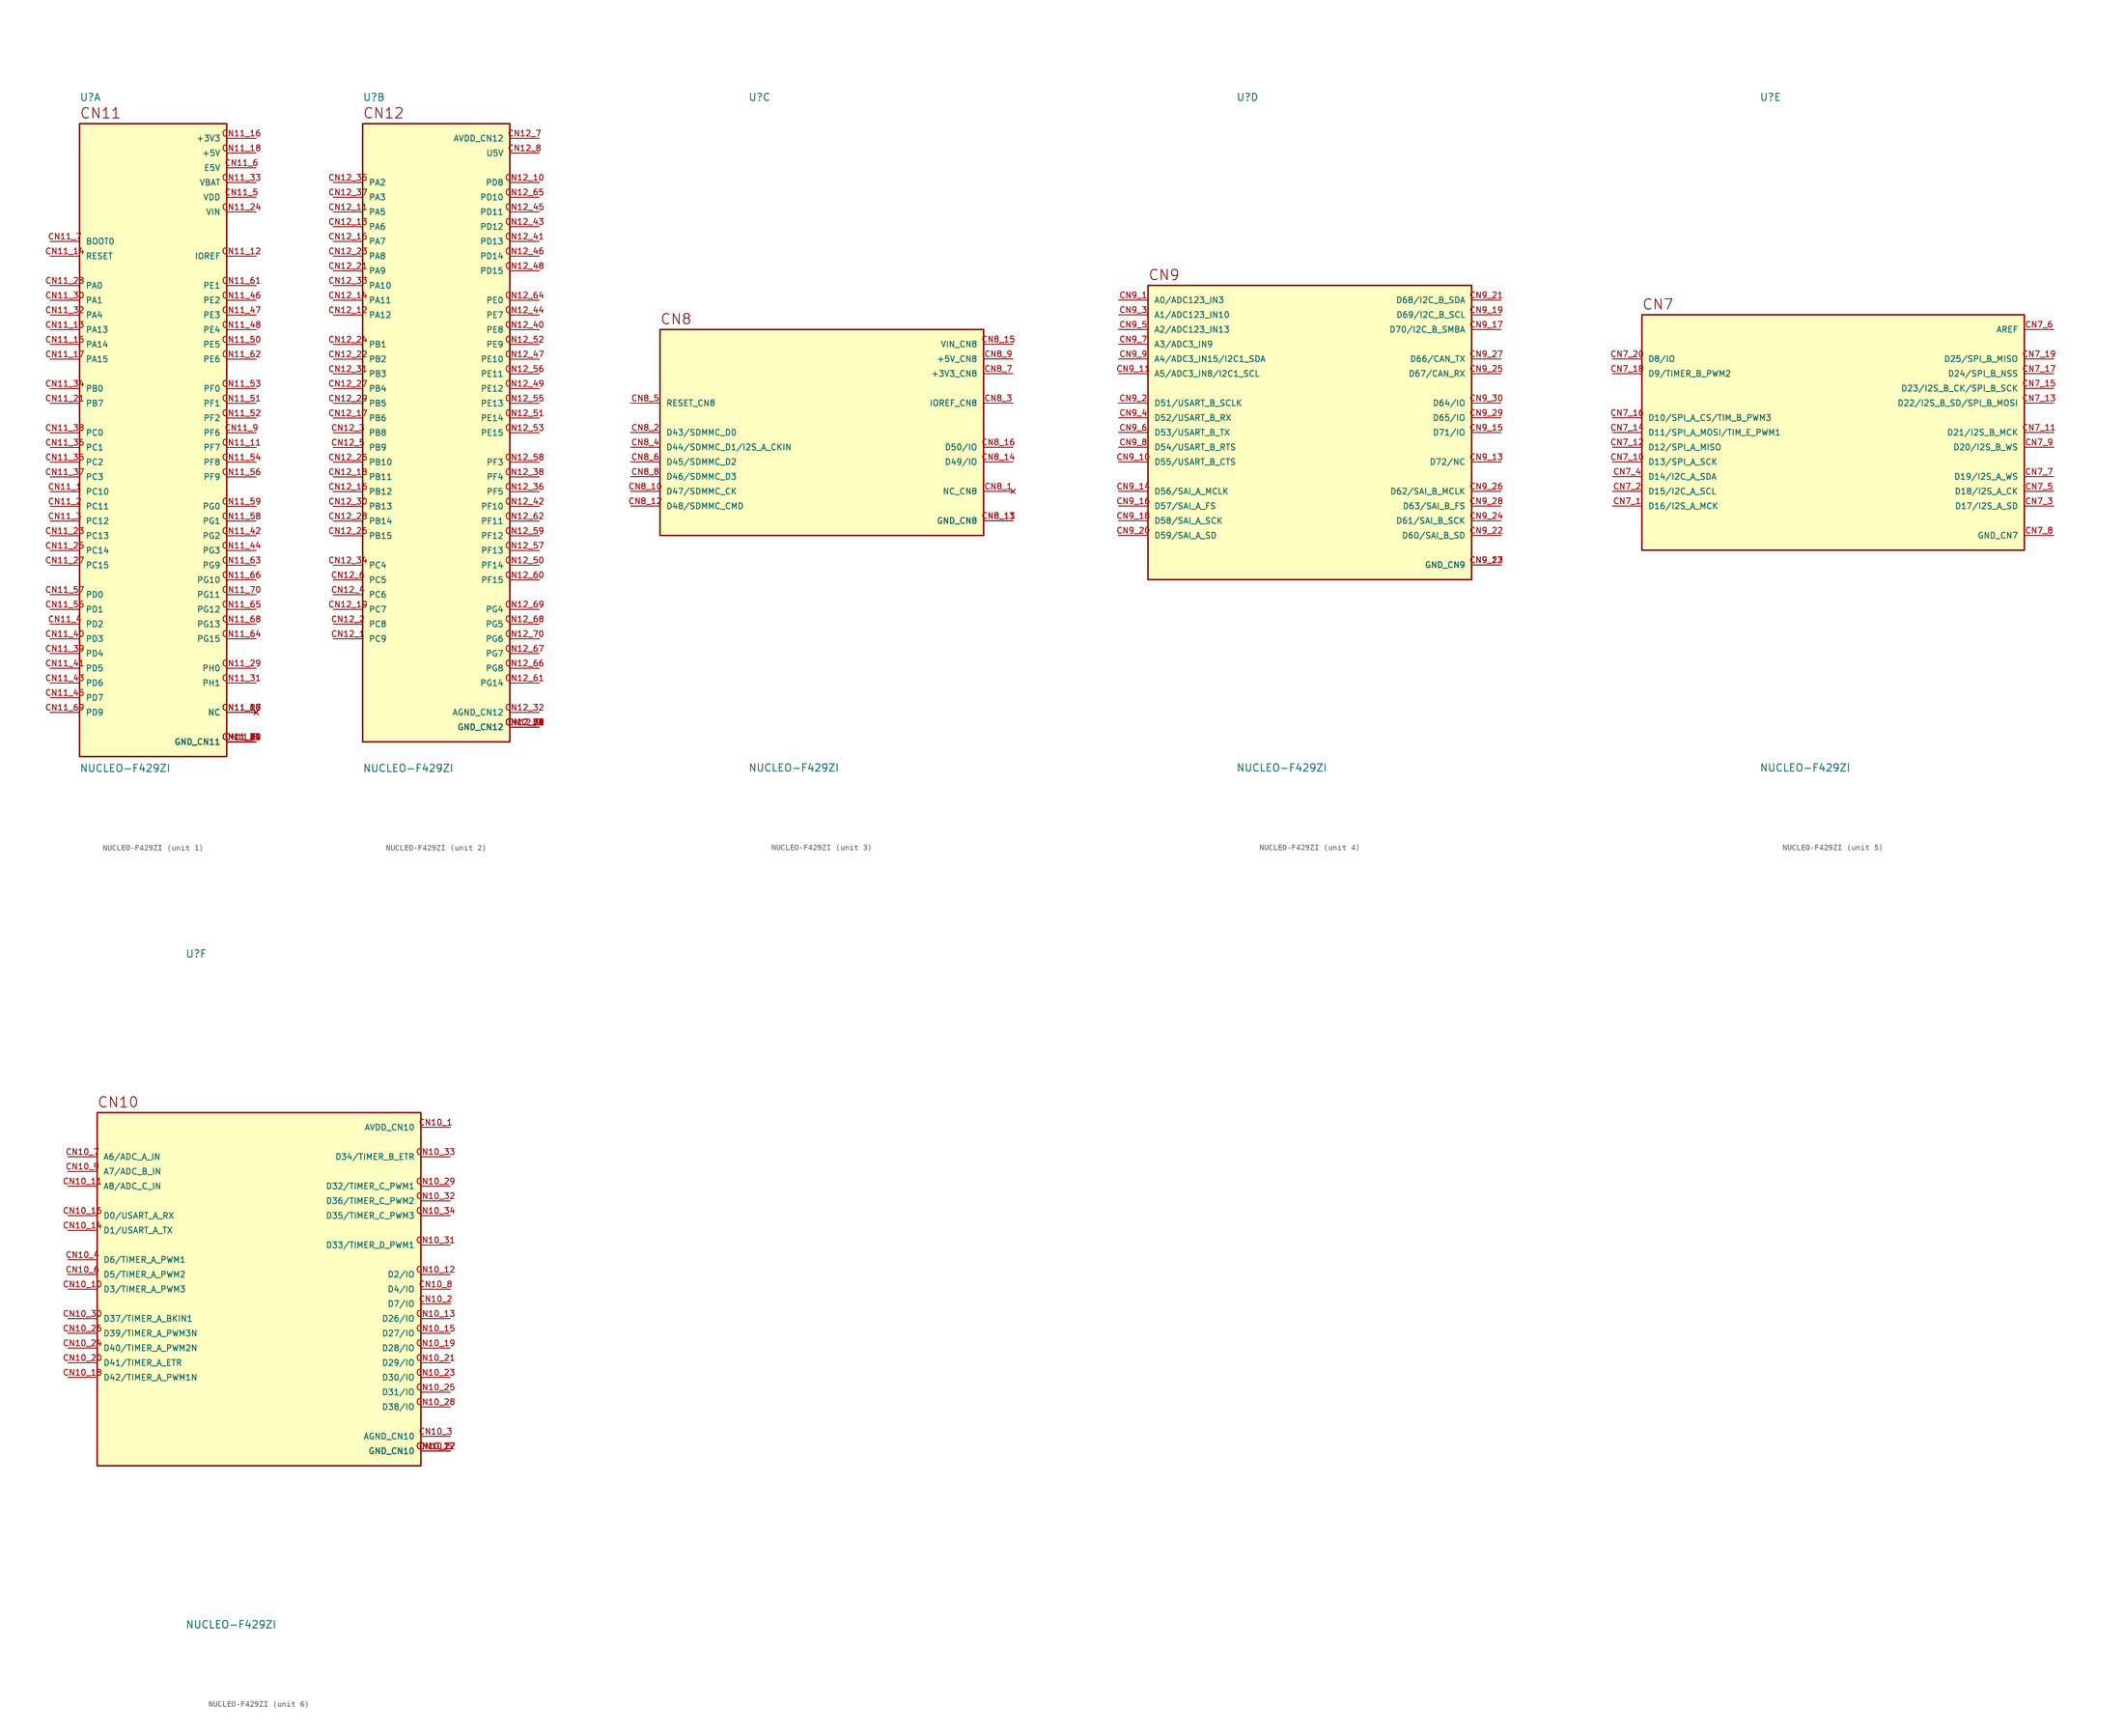
<source format=kicad_sym>
(kicad_symbol_lib
  (version 20211014)
  (generator kicad_symbol_editor)
  (symbol "NUCLEO-F429ZI"
    (pin_names
      (offset 1.016))
    (property "Reference" "U"
      (at -12.7 57.15 0)
      (effects (font (size 1.27 1.27)) (justify bottom left)))
    (property "Value" "NUCLEO-F429ZI"
      (at -12.7 -57.15 0.0)
      (effects (font (size 1.27 1.27)) (justify top left)))
    (symbol "NUCLEO-F429ZI_1_0"
      (text "CN11" (at -12.7 54.102 0) (effects (font (size 1.778 1.778)) (justify bottom left)))
      (rectangle (start -12.7 -55.88) (end 12.7 53.34) (stroke (width 0.254)) (fill (type background)))
      (pin bidirectional line (at -17.78 -10.16 0) (length 5.08) (name "PC10" (effects (font (size 1.016 1.016)))) (number "CN11_1" (effects (font (size 1.016 1.016)))))
      (pin bidirectional line (at -17.78 -12.7 0) (length 5.08) (name "PC11" (effects (font (size 1.016 1.016)))) (number "CN11_2" (effects (font (size 1.016 1.016)))))
      (pin bidirectional line (at -17.78 -15.24 0) (length 5.08) (name "PC12" (effects (font (size 1.016 1.016)))) (number "CN11_3" (effects (font (size 1.016 1.016)))))
      (pin bidirectional line (at -17.78 -33.02 0) (length 5.08) (name "PD2" (effects (font (size 1.016 1.016)))) (number "CN11_4" (effects (font (size 1.016 1.016)))))
      (pin power_in line (at 17.78 40.64 180.0) (length 5.08) (name "VDD" (effects (font (size 1.016 1.016)))) (number "CN11_5" (effects (font (size 1.016 1.016)))))
      (pin power_in line (at 17.78 45.72 180.0) (length 5.08) (name "E5V" (effects (font (size 1.016 1.016)))) (number "CN11_6" (effects (font (size 1.016 1.016)))))
      (pin bidirectional line (at -17.78 33.02 0) (length 5.08) (name "BOOT0" (effects (font (size 1.016 1.016)))) (number "CN11_7" (effects (font (size 1.016 1.016)))))
      (pin power_in line (at 17.78 -53.34 180.0) (length 5.08) (name "GND_CN11" (effects (font (size 1.016 1.016)))) (number "CN11_8" (effects (font (size 1.016 1.016)))))
      (pin power_in line (at 17.78 -53.34 180.0) (length 5.08) (name "GND_CN11" (effects (font (size 1.016 1.016)))) (number "CN11_19" (effects (font (size 1.016 1.016)))))
      (pin power_in line (at 17.78 -53.34 180.0) (length 5.08) (name "GND_CN11" (effects (font (size 1.016 1.016)))) (number "CN11_20" (effects (font (size 1.016 1.016)))))
      (pin power_in line (at 17.78 -53.34 180.0) (length 5.08) (name "GND_CN11" (effects (font (size 1.016 1.016)))) (number "CN11_22" (effects (font (size 1.016 1.016)))))
      (pin power_in line (at 17.78 -53.34 180.0) (length 5.08) (name "GND_CN11" (effects (font (size 1.016 1.016)))) (number "CN11_49" (effects (font (size 1.016 1.016)))))
      (pin power_in line (at 17.78 -53.34 180.0) (length 5.08) (name "GND_CN11" (effects (font (size 1.016 1.016)))) (number "CN11_60" (effects (font (size 1.016 1.016)))))
      (pin power_in line (at 17.78 -53.34 180.0) (length 5.08) (name "GND_CN11" (effects (font (size 1.016 1.016)))) (number "CN11_71" (effects (font (size 1.016 1.016)))))
      (pin power_in line (at 17.78 -53.34 180.0) (length 5.08) (name "GND_CN11" (effects (font (size 1.016 1.016)))) (number "CN11_72" (effects (font (size 1.016 1.016)))))
      (pin bidirectional line (at 17.78 0.0 180.0) (length 5.08) (name "PF6" (effects (font (size 1.016 1.016)))) (number "CN11_9" (effects (font (size 1.016 1.016)))))
      (pin bidirectional line (at 17.78 -2.54 180.0) (length 5.08) (name "PF7" (effects (font (size 1.016 1.016)))) (number "CN11_11" (effects (font (size 1.016 1.016)))))
      (pin bidirectional line (at 17.78 30.48 180.0) (length 5.08) (name "IOREF" (effects (font (size 1.016 1.016)))) (number "CN11_12" (effects (font (size 1.016 1.016)))))
      (pin bidirectional line (at -17.78 17.78 0) (length 5.08) (name "PA13" (effects (font (size 1.016 1.016)))) (number "CN11_13" (effects (font (size 1.016 1.016)))))
      (pin bidirectional line (at -17.78 30.48 0) (length 5.08) (name "RESET" (effects (font (size 1.016 1.016)))) (number "CN11_14" (effects (font (size 1.016 1.016)))))
      (pin bidirectional line (at -17.78 15.24 0) (length 5.08) (name "PA14" (effects (font (size 1.016 1.016)))) (number "CN11_15" (effects (font (size 1.016 1.016)))))
      (pin power_in line (at 17.78 50.8 180.0) (length 5.08) (name "+3V3" (effects (font (size 1.016 1.016)))) (number "CN11_16" (effects (font (size 1.016 1.016)))))
      (pin bidirectional line (at -17.78 12.7 0) (length 5.08) (name "PA15" (effects (font (size 1.016 1.016)))) (number "CN11_17" (effects (font (size 1.016 1.016)))))
      (pin power_in line (at 17.78 48.26 180.0) (length 5.08) (name "+5V" (effects (font (size 1.016 1.016)))) (number "CN11_18" (effects (font (size 1.016 1.016)))))
      (pin bidirectional line (at -17.78 5.08 0) (length 5.08) (name "PB7" (effects (font (size 1.016 1.016)))) (number "CN11_21" (effects (font (size 1.016 1.016)))))
      (pin bidirectional line (at -17.78 -17.78 0) (length 5.08) (name "PC13" (effects (font (size 1.016 1.016)))) (number "CN11_23" (effects (font (size 1.016 1.016)))))
      (pin power_in line (at 17.78 38.1 180.0) (length 5.08) (name "VIN" (effects (font (size 1.016 1.016)))) (number "CN11_24" (effects (font (size 1.016 1.016)))))
      (pin bidirectional line (at -17.78 -20.32 0) (length 5.08) (name "PC14" (effects (font (size 1.016 1.016)))) (number "CN11_25" (effects (font (size 1.016 1.016)))))
      (pin bidirectional line (at -17.78 -22.86 0) (length 5.08) (name "PC15" (effects (font (size 1.016 1.016)))) (number "CN11_27" (effects (font (size 1.016 1.016)))))
      (pin bidirectional line (at -17.78 25.4 0) (length 5.08) (name "PA0" (effects (font (size 1.016 1.016)))) (number "CN11_28" (effects (font (size 1.016 1.016)))))
      (pin bidirectional line (at 17.78 -40.64 180.0) (length 5.08) (name "PH0" (effects (font (size 1.016 1.016)))) (number "CN11_29" (effects (font (size 1.016 1.016)))))
      (pin bidirectional line (at -17.78 22.86 0) (length 5.08) (name "PA1" (effects (font (size 1.016 1.016)))) (number "CN11_30" (effects (font (size 1.016 1.016)))))
      (pin bidirectional line (at 17.78 -43.18 180.0) (length 5.08) (name "PH1" (effects (font (size 1.016 1.016)))) (number "CN11_31" (effects (font (size 1.016 1.016)))))
      (pin bidirectional line (at -17.78 20.32 0) (length 5.08) (name "PA4" (effects (font (size 1.016 1.016)))) (number "CN11_32" (effects (font (size 1.016 1.016)))))
      (pin power_in line (at 17.78 43.18 180.0) (length 5.08) (name "VBAT" (effects (font (size 1.016 1.016)))) (number "CN11_33" (effects (font (size 1.016 1.016)))))
      (pin bidirectional line (at -17.78 7.62 0) (length 5.08) (name "PB0" (effects (font (size 1.016 1.016)))) (number "CN11_34" (effects (font (size 1.016 1.016)))))
      (pin bidirectional line (at -17.78 -5.08 0) (length 5.08) (name "PC2" (effects (font (size 1.016 1.016)))) (number "CN11_35" (effects (font (size 1.016 1.016)))))
      (pin bidirectional line (at -17.78 -2.54 0) (length 5.08) (name "PC1" (effects (font (size 1.016 1.016)))) (number "CN11_36" (effects (font (size 1.016 1.016)))))
      (pin bidirectional line (at -17.78 -7.62 0) (length 5.08) (name "PC3" (effects (font (size 1.016 1.016)))) (number "CN11_37" (effects (font (size 1.016 1.016)))))
      (pin bidirectional line (at -17.78 0.0 0) (length 5.08) (name "PC0" (effects (font (size 1.016 1.016)))) (number "CN11_38" (effects (font (size 1.016 1.016)))))
      (pin bidirectional line (at -17.78 -38.1 0) (length 5.08) (name "PD4" (effects (font (size 1.016 1.016)))) (number "CN11_39" (effects (font (size 1.016 1.016)))))
      (pin bidirectional line (at -17.78 -35.56 0) (length 5.08) (name "PD3" (effects (font (size 1.016 1.016)))) (number "CN11_40" (effects (font (size 1.016 1.016)))))
      (pin bidirectional line (at -17.78 -40.64 0) (length 5.08) (name "PD5" (effects (font (size 1.016 1.016)))) (number "CN11_41" (effects (font (size 1.016 1.016)))))
      (pin bidirectional line (at 17.78 -17.78 180.0) (length 5.08) (name "PG2" (effects (font (size 1.016 1.016)))) (number "CN11_42" (effects (font (size 1.016 1.016)))))
      (pin bidirectional line (at -17.78 -43.18 0) (length 5.08) (name "PD6" (effects (font (size 1.016 1.016)))) (number "CN11_43" (effects (font (size 1.016 1.016)))))
      (pin bidirectional line (at 17.78 -20.32 180.0) (length 5.08) (name "PG3" (effects (font (size 1.016 1.016)))) (number "CN11_44" (effects (font (size 1.016 1.016)))))
      (pin bidirectional line (at -17.78 -45.72 0) (length 5.08) (name "PD7" (effects (font (size 1.016 1.016)))) (number "CN11_45" (effects (font (size 1.016 1.016)))))
      (pin bidirectional line (at 17.78 22.86 180.0) (length 5.08) (name "PE2" (effects (font (size 1.016 1.016)))) (number "CN11_46" (effects (font (size 1.016 1.016)))))
      (pin bidirectional line (at 17.78 20.32 180.0) (length 5.08) (name "PE3" (effects (font (size 1.016 1.016)))) (number "CN11_47" (effects (font (size 1.016 1.016)))))
      (pin bidirectional line (at 17.78 17.78 180.0) (length 5.08) (name "PE4" (effects (font (size 1.016 1.016)))) (number "CN11_48" (effects (font (size 1.016 1.016)))))
      (pin bidirectional line (at 17.78 15.24 180.0) (length 5.08) (name "PE5" (effects (font (size 1.016 1.016)))) (number "CN11_50" (effects (font (size 1.016 1.016)))))
      (pin bidirectional line (at 17.78 5.08 180.0) (length 5.08) (name "PF1" (effects (font (size 1.016 1.016)))) (number "CN11_51" (effects (font (size 1.016 1.016)))))
      (pin bidirectional line (at 17.78 2.54 180.0) (length 5.08) (name "PF2" (effects (font (size 1.016 1.016)))) (number "CN11_52" (effects (font (size 1.016 1.016)))))
      (pin bidirectional line (at 17.78 7.62 180.0) (length 5.08) (name "PF0" (effects (font (size 1.016 1.016)))) (number "CN11_53" (effects (font (size 1.016 1.016)))))
      (pin bidirectional line (at 17.78 -5.08 180.0) (length 5.08) (name "PF8" (effects (font (size 1.016 1.016)))) (number "CN11_54" (effects (font (size 1.016 1.016)))))
      (pin bidirectional line (at -17.78 -30.48 0) (length 5.08) (name "PD1" (effects (font (size 1.016 1.016)))) (number "CN11_55" (effects (font (size 1.016 1.016)))))
      (pin bidirectional line (at 17.78 -7.62 180.0) (length 5.08) (name "PF9" (effects (font (size 1.016 1.016)))) (number "CN11_56" (effects (font (size 1.016 1.016)))))
      (pin bidirectional line (at -17.78 -27.94 0) (length 5.08) (name "PD0" (effects (font (size 1.016 1.016)))) (number "CN11_57" (effects (font (size 1.016 1.016)))))
      (pin bidirectional line (at 17.78 -15.24 180.0) (length 5.08) (name "PG1" (effects (font (size 1.016 1.016)))) (number "CN11_58" (effects (font (size 1.016 1.016)))))
      (pin bidirectional line (at 17.78 -12.7 180.0) (length 5.08) (name "PG0" (effects (font (size 1.016 1.016)))) (number "CN11_59" (effects (font (size 1.016 1.016)))))
      (pin bidirectional line (at 17.78 25.4 180.0) (length 5.08) (name "PE1" (effects (font (size 1.016 1.016)))) (number "CN11_61" (effects (font (size 1.016 1.016)))))
      (pin bidirectional line (at 17.78 12.7 180.0) (length 5.08) (name "PE6" (effects (font (size 1.016 1.016)))) (number "CN11_62" (effects (font (size 1.016 1.016)))))
      (pin bidirectional line (at 17.78 -22.86 180.0) (length 5.08) (name "PG9" (effects (font (size 1.016 1.016)))) (number "CN11_63" (effects (font (size 1.016 1.016)))))
      (pin bidirectional line (at 17.78 -35.56 180.0) (length 5.08) (name "PG15" (effects (font (size 1.016 1.016)))) (number "CN11_64" (effects (font (size 1.016 1.016)))))
      (pin bidirectional line (at 17.78 -30.48 180.0) (length 5.08) (name "PG12" (effects (font (size 1.016 1.016)))) (number "CN11_65" (effects (font (size 1.016 1.016)))))
      (pin bidirectional line (at 17.78 -25.4 180.0) (length 5.08) (name "PG10" (effects (font (size 1.016 1.016)))) (number "CN11_66" (effects (font (size 1.016 1.016)))))
      (pin bidirectional line (at 17.78 -33.02 180.0) (length 5.08) (name "PG13" (effects (font (size 1.016 1.016)))) (number "CN11_68" (effects (font (size 1.016 1.016)))))
      (pin bidirectional line (at -17.78 -48.26 0) (length 5.08) (name "PD9" (effects (font (size 1.016 1.016)))) (number "CN11_69" (effects (font (size 1.016 1.016)))))
      (pin bidirectional line (at 17.78 -27.94 180.0) (length 5.08) (name "PG11" (effects (font (size 1.016 1.016)))) (number "CN11_70" (effects (font (size 1.016 1.016)))))
      (pin no_connect line (at 17.78 -48.26 180.0) (length 5.08) (name "NC" (effects (font (size 1.016 1.016)))) (number "CN11_10" (effects (font (size 1.016 1.016)))))
      (pin no_connect line (at 17.78 -48.26 180.0) (length 5.08) (name "NC" (effects (font (size 1.016 1.016)))) (number "CN11_26" (effects (font (size 1.016 1.016)))))
      (pin no_connect line (at 17.78 -48.26 180.0) (length 5.08) (name "NC" (effects (font (size 1.016 1.016)))) (number "CN11_67" (effects (font (size 1.016 1.016))))))
    (symbol "NUCLEO-F429ZI_2_0"
      (text "CN12" (at -12.7 54.102 0) (effects (font (size 1.778 1.778)) (justify bottom left)))
      (rectangle (start -12.7 -53.34) (end 12.7 53.34) (stroke (width 0.254)) (fill (type background)))
      (pin bidirectional line (at -17.78 -35.56 0) (length 5.08) (name "PC9" (effects (font (size 1.016 1.016)))) (number "CN12_1" (effects (font (size 1.016 1.016)))))
      (pin bidirectional line (at -17.78 -33.02 0) (length 5.08) (name "PC8" (effects (font (size 1.016 1.016)))) (number "CN12_2" (effects (font (size 1.016 1.016)))))
      (pin bidirectional line (at -17.78 0.0 0) (length 5.08) (name "PB8" (effects (font (size 1.016 1.016)))) (number "CN12_3" (effects (font (size 1.016 1.016)))))
      (pin bidirectional line (at -17.78 -27.94 0) (length 5.08) (name "PC6" (effects (font (size 1.016 1.016)))) (number "CN12_4" (effects (font (size 1.016 1.016)))))
      (pin bidirectional line (at -17.78 -2.54 0) (length 5.08) (name "PB9" (effects (font (size 1.016 1.016)))) (number "CN12_5" (effects (font (size 1.016 1.016)))))
      (pin bidirectional line (at -17.78 -25.4 0) (length 5.08) (name "PC5" (effects (font (size 1.016 1.016)))) (number "CN12_6" (effects (font (size 1.016 1.016)))))
      (pin power_in line (at 17.78 50.8 180.0) (length 5.08) (name "AVDD_CN12" (effects (font (size 1.016 1.016)))) (number "CN12_7" (effects (font (size 1.016 1.016)))))
      (pin power_in line (at 17.78 48.26 180.0) (length 5.08) (name "U5V" (effects (font (size 1.016 1.016)))) (number "CN12_8" (effects (font (size 1.016 1.016)))))
      (pin power_in line (at 17.78 -50.8 180.0) (length 5.08) (name "GND_CN12" (effects (font (size 1.016 1.016)))) (number "CN12_9" (effects (font (size 1.016 1.016)))))
      (pin power_in line (at 17.78 -50.8 180.0) (length 5.08) (name "GND_CN12" (effects (font (size 1.016 1.016)))) (number "CN12_20" (effects (font (size 1.016 1.016)))))
      (pin power_in line (at 17.78 -50.8 180.0) (length 5.08) (name "GND_CN12" (effects (font (size 1.016 1.016)))) (number "CN12_39" (effects (font (size 1.016 1.016)))))
      (pin power_in line (at 17.78 -50.8 180.0) (length 5.08) (name "GND_CN12" (effects (font (size 1.016 1.016)))) (number "CN12_54" (effects (font (size 1.016 1.016)))))
      (pin power_in line (at 17.78 -50.8 180.0) (length 5.08) (name "GND_CN12" (effects (font (size 1.016 1.016)))) (number "CN12_63" (effects (font (size 1.016 1.016)))))
      (pin power_in line (at 17.78 -50.8 180.0) (length 5.08) (name "GND_CN12" (effects (font (size 1.016 1.016)))) (number "CN12_71" (effects (font (size 1.016 1.016)))))
      (pin power_in line (at 17.78 -50.8 180.0) (length 5.08) (name "GND_CN12" (effects (font (size 1.016 1.016)))) (number "CN12_72" (effects (font (size 1.016 1.016)))))
      (pin bidirectional line (at 17.78 43.18 180.0) (length 5.08) (name "PD8" (effects (font (size 1.016 1.016)))) (number "CN12_10" (effects (font (size 1.016 1.016)))))
      (pin bidirectional line (at -17.78 38.1 0) (length 5.08) (name "PA5" (effects (font (size 1.016 1.016)))) (number "CN12_11" (effects (font (size 1.016 1.016)))))
      (pin bidirectional line (at -17.78 20.32 0) (length 5.08) (name "PA12" (effects (font (size 1.016 1.016)))) (number "CN12_12" (effects (font (size 1.016 1.016)))))
      (pin bidirectional line (at -17.78 35.56 0) (length 5.08) (name "PA6" (effects (font (size 1.016 1.016)))) (number "CN12_13" (effects (font (size 1.016 1.016)))))
      (pin bidirectional line (at -17.78 22.86 0) (length 5.08) (name "PA11" (effects (font (size 1.016 1.016)))) (number "CN12_14" (effects (font (size 1.016 1.016)))))
      (pin bidirectional line (at -17.78 33.02 0) (length 5.08) (name "PA7" (effects (font (size 1.016 1.016)))) (number "CN12_15" (effects (font (size 1.016 1.016)))))
      (pin bidirectional line (at -17.78 -10.16 0) (length 5.08) (name "PB12" (effects (font (size 1.016 1.016)))) (number "CN12_16" (effects (font (size 1.016 1.016)))))
      (pin bidirectional line (at -17.78 2.54 0) (length 5.08) (name "PB6" (effects (font (size 1.016 1.016)))) (number "CN12_17" (effects (font (size 1.016 1.016)))))
      (pin bidirectional line (at -17.78 -7.62 0) (length 5.08) (name "PB11" (effects (font (size 1.016 1.016)))) (number "CN12_18" (effects (font (size 1.016 1.016)))))
      (pin bidirectional line (at -17.78 -30.48 0) (length 5.08) (name "PC7" (effects (font (size 1.016 1.016)))) (number "CN12_19" (effects (font (size 1.016 1.016)))))
      (pin bidirectional line (at -17.78 27.94 0) (length 5.08) (name "PA9" (effects (font (size 1.016 1.016)))) (number "CN12_21" (effects (font (size 1.016 1.016)))))
      (pin bidirectional line (at -17.78 12.7 0) (length 5.08) (name "PB2" (effects (font (size 1.016 1.016)))) (number "CN12_22" (effects (font (size 1.016 1.016)))))
      (pin bidirectional line (at -17.78 30.48 0) (length 5.08) (name "PA8" (effects (font (size 1.016 1.016)))) (number "CN12_23" (effects (font (size 1.016 1.016)))))
      (pin bidirectional line (at -17.78 15.24 0) (length 5.08) (name "PB1" (effects (font (size 1.016 1.016)))) (number "CN12_24" (effects (font (size 1.016 1.016)))))
      (pin bidirectional line (at -17.78 -5.08 0) (length 5.08) (name "PB10" (effects (font (size 1.016 1.016)))) (number "CN12_25" (effects (font (size 1.016 1.016)))))
      (pin bidirectional line (at -17.78 -17.78 0) (length 5.08) (name "PB15" (effects (font (size 1.016 1.016)))) (number "CN12_26" (effects (font (size 1.016 1.016)))))
      (pin bidirectional line (at -17.78 7.62 0) (length 5.08) (name "PB4" (effects (font (size 1.016 1.016)))) (number "CN12_27" (effects (font (size 1.016 1.016)))))
      (pin bidirectional line (at -17.78 -15.24 0) (length 5.08) (name "PB14" (effects (font (size 1.016 1.016)))) (number "CN12_28" (effects (font (size 1.016 1.016)))))
      (pin bidirectional line (at -17.78 5.08 0) (length 5.08) (name "PB5" (effects (font (size 1.016 1.016)))) (number "CN12_29" (effects (font (size 1.016 1.016)))))
      (pin bidirectional line (at -17.78 -12.7 0) (length 5.08) (name "PB13" (effects (font (size 1.016 1.016)))) (number "CN12_30" (effects (font (size 1.016 1.016)))))
      (pin bidirectional line (at -17.78 10.16 0) (length 5.08) (name "PB3" (effects (font (size 1.016 1.016)))) (number "CN12_31" (effects (font (size 1.016 1.016)))))
      (pin power_in line (at 17.78 -48.26 180.0) (length 5.08) (name "AGND_CN12" (effects (font (size 1.016 1.016)))) (number "CN12_32" (effects (font (size 1.016 1.016)))))
      (pin bidirectional line (at -17.78 25.4 0) (length 5.08) (name "PA10" (effects (font (size 1.016 1.016)))) (number "CN12_33" (effects (font (size 1.016 1.016)))))
      (pin bidirectional line (at -17.78 -22.86 0) (length 5.08) (name "PC4" (effects (font (size 1.016 1.016)))) (number "CN12_34" (effects (font (size 1.016 1.016)))))
      (pin bidirectional line (at -17.78 43.18 0) (length 5.08) (name "PA2" (effects (font (size 1.016 1.016)))) (number "CN12_35" (effects (font (size 1.016 1.016)))))
      (pin bidirectional line (at 17.78 -10.16 180.0) (length 5.08) (name "PF5" (effects (font (size 1.016 1.016)))) (number "CN12_36" (effects (font (size 1.016 1.016)))))
      (pin bidirectional line (at -17.78 40.64 0) (length 5.08) (name "PA3" (effects (font (size 1.016 1.016)))) (number "CN12_37" (effects (font (size 1.016 1.016)))))
      (pin bidirectional line (at 17.78 -7.62 180.0) (length 5.08) (name "PF4" (effects (font (size 1.016 1.016)))) (number "CN12_38" (effects (font (size 1.016 1.016)))))
      (pin bidirectional line (at 17.78 17.78 180.0) (length 5.08) (name "PE8" (effects (font (size 1.016 1.016)))) (number "CN12_40" (effects (font (size 1.016 1.016)))))
      (pin bidirectional line (at 17.78 33.02 180.0) (length 5.08) (name "PD13" (effects (font (size 1.016 1.016)))) (number "CN12_41" (effects (font (size 1.016 1.016)))))
      (pin bidirectional line (at 17.78 -12.7 180.0) (length 5.08) (name "PF10" (effects (font (size 1.016 1.016)))) (number "CN12_42" (effects (font (size 1.016 1.016)))))
      (pin bidirectional line (at 17.78 35.56 180.0) (length 5.08) (name "PD12" (effects (font (size 1.016 1.016)))) (number "CN12_43" (effects (font (size 1.016 1.016)))))
      (pin bidirectional line (at 17.78 20.32 180.0) (length 5.08) (name "PE7" (effects (font (size 1.016 1.016)))) (number "CN12_44" (effects (font (size 1.016 1.016)))))
      (pin bidirectional line (at 17.78 38.1 180.0) (length 5.08) (name "PD11" (effects (font (size 1.016 1.016)))) (number "CN12_45" (effects (font (size 1.016 1.016)))))
      (pin bidirectional line (at 17.78 30.48 180.0) (length 5.08) (name "PD14" (effects (font (size 1.016 1.016)))) (number "CN12_46" (effects (font (size 1.016 1.016)))))
      (pin bidirectional line (at 17.78 12.7 180.0) (length 5.08) (name "PE10" (effects (font (size 1.016 1.016)))) (number "CN12_47" (effects (font (size 1.016 1.016)))))
      (pin bidirectional line (at 17.78 27.94 180.0) (length 5.08) (name "PD15" (effects (font (size 1.016 1.016)))) (number "CN12_48" (effects (font (size 1.016 1.016)))))
      (pin bidirectional line (at 17.78 7.62 180.0) (length 5.08) (name "PE12" (effects (font (size 1.016 1.016)))) (number "CN12_49" (effects (font (size 1.016 1.016)))))
      (pin bidirectional line (at 17.78 -22.86 180.0) (length 5.08) (name "PF14" (effects (font (size 1.016 1.016)))) (number "CN12_50" (effects (font (size 1.016 1.016)))))
      (pin bidirectional line (at 17.78 2.54 180.0) (length 5.08) (name "PE14" (effects (font (size 1.016 1.016)))) (number "CN12_51" (effects (font (size 1.016 1.016)))))
      (pin bidirectional line (at 17.78 15.24 180.0) (length 5.08) (name "PE9" (effects (font (size 1.016 1.016)))) (number "CN12_52" (effects (font (size 1.016 1.016)))))
      (pin bidirectional line (at 17.78 0.0 180.0) (length 5.08) (name "PE15" (effects (font (size 1.016 1.016)))) (number "CN12_53" (effects (font (size 1.016 1.016)))))
      (pin bidirectional line (at 17.78 5.08 180.0) (length 5.08) (name "PE13" (effects (font (size 1.016 1.016)))) (number "CN12_55" (effects (font (size 1.016 1.016)))))
      (pin bidirectional line (at 17.78 10.16 180.0) (length 5.08) (name "PE11" (effects (font (size 1.016 1.016)))) (number "CN12_56" (effects (font (size 1.016 1.016)))))
      (pin bidirectional line (at 17.78 -20.32 180.0) (length 5.08) (name "PF13" (effects (font (size 1.016 1.016)))) (number "CN12_57" (effects (font (size 1.016 1.016)))))
      (pin bidirectional line (at 17.78 -5.08 180.0) (length 5.08) (name "PF3" (effects (font (size 1.016 1.016)))) (number "CN12_58" (effects (font (size 1.016 1.016)))))
      (pin bidirectional line (at 17.78 -17.78 180.0) (length 5.08) (name "PF12" (effects (font (size 1.016 1.016)))) (number "CN12_59" (effects (font (size 1.016 1.016)))))
      (pin bidirectional line (at 17.78 -25.4 180.0) (length 5.08) (name "PF15" (effects (font (size 1.016 1.016)))) (number "CN12_60" (effects (font (size 1.016 1.016)))))
      (pin bidirectional line (at 17.78 -43.18 180.0) (length 5.08) (name "PG14" (effects (font (size 1.016 1.016)))) (number "CN12_61" (effects (font (size 1.016 1.016)))))
      (pin bidirectional line (at 17.78 -15.24 180.0) (length 5.08) (name "PF11" (effects (font (size 1.016 1.016)))) (number "CN12_62" (effects (font (size 1.016 1.016)))))
      (pin bidirectional line (at 17.78 22.86 180.0) (length 5.08) (name "PE0" (effects (font (size 1.016 1.016)))) (number "CN12_64" (effects (font (size 1.016 1.016)))))
      (pin bidirectional line (at 17.78 40.64 180.0) (length 5.08) (name "PD10" (effects (font (size 1.016 1.016)))) (number "CN12_65" (effects (font (size 1.016 1.016)))))
      (pin bidirectional line (at 17.78 -40.64 180.0) (length 5.08) (name "PG8" (effects (font (size 1.016 1.016)))) (number "CN12_66" (effects (font (size 1.016 1.016)))))
      (pin bidirectional line (at 17.78 -38.1 180.0) (length 5.08) (name "PG7" (effects (font (size 1.016 1.016)))) (number "CN12_67" (effects (font (size 1.016 1.016)))))
      (pin bidirectional line (at 17.78 -33.02 180.0) (length 5.08) (name "PG5" (effects (font (size 1.016 1.016)))) (number "CN12_68" (effects (font (size 1.016 1.016)))))
      (pin bidirectional line (at 17.78 -30.48 180.0) (length 5.08) (name "PG4" (effects (font (size 1.016 1.016)))) (number "CN12_69" (effects (font (size 1.016 1.016)))))
      (pin bidirectional line (at 17.78 -35.56 180.0) (length 5.08) (name "PG6" (effects (font (size 1.016 1.016)))) (number "CN12_70" (effects (font (size 1.016 1.016))))))
    (symbol "NUCLEO-F429ZI_3_0"
      (text "CN8" (at -27.94 18.542 0) (effects (font (size 1.778 1.778)) (justify bottom left)))
      (rectangle (start -27.94 -17.78) (end 27.94 17.78) (stroke (width 0.254)) (fill (type background)))
      (pin bidirectional line (at -33.02 0.0 0) (length 5.08) (name "D43/SDMMC_D0" (effects (font (size 1.016 1.016)))) (number "CN8_2" (effects (font (size 1.016 1.016)))))
      (pin bidirectional line (at 33.02 5.08 180.0) (length 5.08) (name "IOREF_CN8" (effects (font (size 1.016 1.016)))) (number "CN8_3" (effects (font (size 1.016 1.016)))))
      (pin bidirectional line (at -33.02 -2.54 0) (length 5.08) (name "D44/SDMMC_D1/I2S_A_CKIN" (effects (font (size 1.016 1.016)))) (number "CN8_4" (effects (font (size 1.016 1.016)))))
      (pin bidirectional line (at -33.02 5.08 0) (length 5.08) (name "RESET_CN8" (effects (font (size 1.016 1.016)))) (number "CN8_5" (effects (font (size 1.016 1.016)))))
      (pin bidirectional line (at -33.02 -5.08 0) (length 5.08) (name "D45/SDMMC_D2" (effects (font (size 1.016 1.016)))) (number "CN8_6" (effects (font (size 1.016 1.016)))))
      (pin power_in line (at 33.02 10.16 180.0) (length 5.08) (name "+3V3_CN8" (effects (font (size 1.016 1.016)))) (number "CN8_7" (effects (font (size 1.016 1.016)))))
      (pin bidirectional line (at -33.02 -7.62 0) (length 5.08) (name "D46/SDMMC_D3" (effects (font (size 1.016 1.016)))) (number "CN8_8" (effects (font (size 1.016 1.016)))))
      (pin power_in line (at 33.02 12.7 180.0) (length 5.08) (name "+5V_CN8" (effects (font (size 1.016 1.016)))) (number "CN8_9" (effects (font (size 1.016 1.016)))))
      (pin bidirectional line (at -33.02 -10.16 0) (length 5.08) (name "D47/SDMMC_CK" (effects (font (size 1.016 1.016)))) (number "CN8_10" (effects (font (size 1.016 1.016)))))
      (pin power_in line (at 33.02 -15.24 180.0) (length 5.08) (name "GND_CN8" (effects (font (size 1.016 1.016)))) (number "CN8_11" (effects (font (size 1.016 1.016)))))
      (pin power_in line (at 33.02 -15.24 180.0) (length 5.08) (name "GND_CN8" (effects (font (size 1.016 1.016)))) (number "CN8_13" (effects (font (size 1.016 1.016)))))
      (pin bidirectional line (at -33.02 -12.7 0) (length 5.08) (name "D48/SDMMC_CMD" (effects (font (size 1.016 1.016)))) (number "CN8_12" (effects (font (size 1.016 1.016)))))
      (pin bidirectional line (at 33.02 -5.08 180.0) (length 5.08) (name "D49/IO" (effects (font (size 1.016 1.016)))) (number "CN8_14" (effects (font (size 1.016 1.016)))))
      (pin power_in line (at 33.02 15.24 180.0) (length 5.08) (name "VIN_CN8" (effects (font (size 1.016 1.016)))) (number "CN8_15" (effects (font (size 1.016 1.016)))))
      (pin bidirectional line (at 33.02 -2.54 180.0) (length 5.08) (name "D50/IO" (effects (font (size 1.016 1.016)))) (number "CN8_16" (effects (font (size 1.016 1.016)))))
      (pin no_connect line (at 33.02 -10.16 180.0) (length 5.08) (name "NC_CN8" (effects (font (size 1.016 1.016)))) (number "CN8_1" (effects (font (size 1.016 1.016))))))
    (symbol "NUCLEO-F429ZI_4_0"
      (text "CN9" (at -27.94 26.162 0) (effects (font (size 1.778 1.778)) (justify bottom left)))
      (rectangle (start -27.94 -25.4) (end 27.94 25.4) (stroke (width 0.254)) (fill (type background)))
      (pin input line (at -33.02 22.86 0) (length 5.08) (name "A0/ADC123_IN3" (effects (font (size 1.016 1.016)))) (number "CN9_1" (effects (font (size 1.016 1.016)))))
      (pin bidirectional line (at -33.02 5.08 0) (length 5.08) (name "D51/USART_B_SCLK" (effects (font (size 1.016 1.016)))) (number "CN9_2" (effects (font (size 1.016 1.016)))))
      (pin input line (at -33.02 20.32 0) (length 5.08) (name "A1/ADC123_IN10" (effects (font (size 1.016 1.016)))) (number "CN9_3" (effects (font (size 1.016 1.016)))))
      (pin bidirectional line (at -33.02 2.54 0) (length 5.08) (name "D52/USART_B_RX" (effects (font (size 1.016 1.016)))) (number "CN9_4" (effects (font (size 1.016 1.016)))))
      (pin input line (at -33.02 17.78 0) (length 5.08) (name "A2/ADC123_IN13" (effects (font (size 1.016 1.016)))) (number "CN9_5" (effects (font (size 1.016 1.016)))))
      (pin bidirectional line (at -33.02 0.0 0) (length 5.08) (name "D53/USART_B_TX" (effects (font (size 1.016 1.016)))) (number "CN9_6" (effects (font (size 1.016 1.016)))))
      (pin input line (at -33.02 15.24 0) (length 5.08) (name "A3/ADC3_IN9" (effects (font (size 1.016 1.016)))) (number "CN9_7" (effects (font (size 1.016 1.016)))))
      (pin bidirectional line (at -33.02 -2.54 0) (length 5.08) (name "D54/USART_B_RTS" (effects (font (size 1.016 1.016)))) (number "CN9_8" (effects (font (size 1.016 1.016)))))
      (pin input line (at -33.02 12.7 0) (length 5.08) (name "A4/ADC3_IN15/I2C1_SDA" (effects (font (size 1.016 1.016)))) (number "CN9_9" (effects (font (size 1.016 1.016)))))
      (pin bidirectional line (at -33.02 -5.08 0) (length 5.08) (name "D55/USART_B_CTS" (effects (font (size 1.016 1.016)))) (number "CN9_10" (effects (font (size 1.016 1.016)))))
      (pin input line (at -33.02 10.16 0) (length 5.08) (name "A5/ADC3_IN8/I2C1_SCL" (effects (font (size 1.016 1.016)))) (number "CN9_11" (effects (font (size 1.016 1.016)))))
      (pin power_in line (at 33.02 -22.86 180.0) (length 5.08) (name "GND_CN9" (effects (font (size 1.016 1.016)))) (number "CN9_12" (effects (font (size 1.016 1.016)))))
      (pin power_in line (at 33.02 -22.86 180.0) (length 5.08) (name "GND_CN9" (effects (font (size 1.016 1.016)))) (number "CN9_23" (effects (font (size 1.016 1.016)))))
      (pin bidirectional line (at 33.02 -5.08 180.0) (length 5.08) (name "D72/NC" (effects (font (size 1.016 1.016)))) (number "CN9_13" (effects (font (size 1.016 1.016)))))
      (pin bidirectional line (at -33.02 -10.16 0) (length 5.08) (name "D56/SAI_A_MCLK" (effects (font (size 1.016 1.016)))) (number "CN9_14" (effects (font (size 1.016 1.016)))))
      (pin bidirectional line (at 33.02 0.0 180.0) (length 5.08) (name "D71/IO" (effects (font (size 1.016 1.016)))) (number "CN9_15" (effects (font (size 1.016 1.016)))))
      (pin bidirectional line (at -33.02 -12.7 0) (length 5.08) (name "D57/SAI_A_FS" (effects (font (size 1.016 1.016)))) (number "CN9_16" (effects (font (size 1.016 1.016)))))
      (pin bidirectional line (at 33.02 17.78 180.0) (length 5.08) (name "D70/I2C_B_SMBA" (effects (font (size 1.016 1.016)))) (number "CN9_17" (effects (font (size 1.016 1.016)))))
      (pin bidirectional line (at -33.02 -15.24 0) (length 5.08) (name "D58/SAI_A_SCK" (effects (font (size 1.016 1.016)))) (number "CN9_18" (effects (font (size 1.016 1.016)))))
      (pin bidirectional line (at 33.02 20.32 180.0) (length 5.08) (name "D69/I2C_B_SCL" (effects (font (size 1.016 1.016)))) (number "CN9_19" (effects (font (size 1.016 1.016)))))
      (pin bidirectional line (at -33.02 -17.78 0) (length 5.08) (name "D59/SAI_A_SD" (effects (font (size 1.016 1.016)))) (number "CN9_20" (effects (font (size 1.016 1.016)))))
      (pin bidirectional line (at 33.02 22.86 180.0) (length 5.08) (name "D68/I2C_B_SDA" (effects (font (size 1.016 1.016)))) (number "CN9_21" (effects (font (size 1.016 1.016)))))
      (pin bidirectional line (at 33.02 -17.78 180.0) (length 5.08) (name "D60/SAI_B_SD" (effects (font (size 1.016 1.016)))) (number "CN9_22" (effects (font (size 1.016 1.016)))))
      (pin bidirectional line (at 33.02 -15.24 180.0) (length 5.08) (name "D61/SAI_B_SCK" (effects (font (size 1.016 1.016)))) (number "CN9_24" (effects (font (size 1.016 1.016)))))
      (pin input line (at 33.02 10.16 180.0) (length 5.08) (name "D67/CAN_RX" (effects (font (size 1.016 1.016)))) (number "CN9_25" (effects (font (size 1.016 1.016)))))
      (pin bidirectional line (at 33.02 -10.16 180.0) (length 5.08) (name "D62/SAI_B_MCLK" (effects (font (size 1.016 1.016)))) (number "CN9_26" (effects (font (size 1.016 1.016)))))
      (pin output line (at 33.02 12.7 180.0) (length 5.08) (name "D66/CAN_TX" (effects (font (size 1.016 1.016)))) (number "CN9_27" (effects (font (size 1.016 1.016)))))
      (pin bidirectional line (at 33.02 -12.7 180.0) (length 5.08) (name "D63/SAI_B_FS" (effects (font (size 1.016 1.016)))) (number "CN9_28" (effects (font (size 1.016 1.016)))))
      (pin bidirectional line (at 33.02 2.54 180.0) (length 5.08) (name "D65/IO" (effects (font (size 1.016 1.016)))) (number "CN9_29" (effects (font (size 1.016 1.016)))))
      (pin bidirectional line (at 33.02 5.08 180.0) (length 5.08) (name "D64/IO" (effects (font (size 1.016 1.016)))) (number "CN9_30" (effects (font (size 1.016 1.016))))))
    (symbol "NUCLEO-F429ZI_5_0"
      (text "CN7" (at -33.02 21.082 0) (effects (font (size 1.778 1.778)) (justify bottom left)))
      (rectangle (start -33.02 -20.32) (end 33.02 20.32) (stroke (width 0.254)) (fill (type background)))
      (pin bidirectional line (at -38.1 -12.7 0) (length 5.08) (name "D16/I2S_A_MCK" (effects (font (size 1.016 1.016)))) (number "CN7_1" (effects (font (size 1.016 1.016)))))
      (pin bidirectional line (at -38.1 -10.16 0) (length 5.08) (name "D15/I2C_A_SCL" (effects (font (size 1.016 1.016)))) (number "CN7_2" (effects (font (size 1.016 1.016)))))
      (pin bidirectional line (at 38.1 -12.7 180.0) (length 5.08) (name "D17/I2S_A_SD" (effects (font (size 1.016 1.016)))) (number "CN7_3" (effects (font (size 1.016 1.016)))))
      (pin bidirectional line (at -38.1 -7.62 0) (length 5.08) (name "D14/I2C_A_SDA" (effects (font (size 1.016 1.016)))) (number "CN7_4" (effects (font (size 1.016 1.016)))))
      (pin bidirectional line (at 38.1 -10.16 180.0) (length 5.08) (name "D18/I2S_A_CK" (effects (font (size 1.016 1.016)))) (number "CN7_5" (effects (font (size 1.016 1.016)))))
      (pin power_in line (at 38.1 17.78 180.0) (length 5.08) (name "AREF" (effects (font (size 1.016 1.016)))) (number "CN7_6" (effects (font (size 1.016 1.016)))))
      (pin bidirectional line (at 38.1 -7.62 180.0) (length 5.08) (name "D19/I2S_A_WS" (effects (font (size 1.016 1.016)))) (number "CN7_7" (effects (font (size 1.016 1.016)))))
      (pin power_in line (at 38.1 -17.78 180.0) (length 5.08) (name "GND_CN7" (effects (font (size 1.016 1.016)))) (number "CN7_8" (effects (font (size 1.016 1.016)))))
      (pin bidirectional line (at 38.1 -2.54 180.0) (length 5.08) (name "D20/I2S_B_WS" (effects (font (size 1.016 1.016)))) (number "CN7_9" (effects (font (size 1.016 1.016)))))
      (pin bidirectional line (at -38.1 -5.08 0) (length 5.08) (name "D13/SPI_A_SCK" (effects (font (size 1.016 1.016)))) (number "CN7_10" (effects (font (size 1.016 1.016)))))
      (pin bidirectional line (at 38.1 0.0 180.0) (length 5.08) (name "D21/I2S_B_MCK" (effects (font (size 1.016 1.016)))) (number "CN7_11" (effects (font (size 1.016 1.016)))))
      (pin bidirectional line (at -38.1 -2.54 0) (length 5.08) (name "D12/SPI_A_MISO" (effects (font (size 1.016 1.016)))) (number "CN7_12" (effects (font (size 1.016 1.016)))))
      (pin bidirectional line (at 38.1 5.08 180.0) (length 5.08) (name "D22/I2S_B_SD/SPI_B_MOSI" (effects (font (size 1.016 1.016)))) (number "CN7_13" (effects (font (size 1.016 1.016)))))
      (pin bidirectional line (at -38.1 0.0 0) (length 5.08) (name "D11/SPI_A_MOSI/TIM_E_PWM1" (effects (font (size 1.016 1.016)))) (number "CN7_14" (effects (font (size 1.016 1.016)))))
      (pin bidirectional line (at 38.1 7.62 180.0) (length 5.08) (name "D23/I2S_B_CK/SPI_B_SCK" (effects (font (size 1.016 1.016)))) (number "CN7_15" (effects (font (size 1.016 1.016)))))
      (pin bidirectional line (at -38.1 2.54 0) (length 5.08) (name "D10/SPI_A_CS/TIM_B_PWM3" (effects (font (size 1.016 1.016)))) (number "CN7_16" (effects (font (size 1.016 1.016)))))
      (pin bidirectional line (at 38.1 10.16 180.0) (length 5.08) (name "D24/SPI_B_NSS" (effects (font (size 1.016 1.016)))) (number "CN7_17" (effects (font (size 1.016 1.016)))))
      (pin bidirectional line (at -38.1 10.16 0) (length 5.08) (name "D9/TIMER_B_PWM2" (effects (font (size 1.016 1.016)))) (number "CN7_18" (effects (font (size 1.016 1.016)))))
      (pin bidirectional line (at 38.1 12.7 180.0) (length 5.08) (name "D25/SPI_B_MISO" (effects (font (size 1.016 1.016)))) (number "CN7_19" (effects (font (size 1.016 1.016)))))
      (pin bidirectional line (at -38.1 12.7 0) (length 5.08) (name "D8/IO" (effects (font (size 1.016 1.016)))) (number "CN7_20" (effects (font (size 1.016 1.016))))))
    (symbol "NUCLEO-F429ZI_6_0"
      (text "CN10" (at -27.94 31.242 0) (effects (font (size 1.778 1.778)) (justify bottom left)))
      (rectangle (start -27.94 -30.48) (end 27.94 30.48) (stroke (width 0.254)) (fill (type background)))
      (pin power_in line (at 33.02 27.94 180.0) (length 5.08) (name "AVDD_CN10" (effects (font (size 1.016 1.016)))) (number "CN10_1" (effects (font (size 1.016 1.016)))))
      (pin bidirectional line (at 33.02 -2.54 180.0) (length 5.08) (name "D7/IO" (effects (font (size 1.016 1.016)))) (number "CN10_2" (effects (font (size 1.016 1.016)))))
      (pin power_in line (at 33.02 -25.4 180.0) (length 5.08) (name "AGND_CN10" (effects (font (size 1.016 1.016)))) (number "CN10_3" (effects (font (size 1.016 1.016)))))
      (pin bidirectional line (at -33.02 5.08 0) (length 5.08) (name "D6/TIMER_A_PWM1" (effects (font (size 1.016 1.016)))) (number "CN10_4" (effects (font (size 1.016 1.016)))))
      (pin power_in line (at 33.02 -27.94 180.0) (length 5.08) (name "GND_CN10" (effects (font (size 1.016 1.016)))) (number "CN10_5" (effects (font (size 1.016 1.016)))))
      (pin power_in line (at 33.02 -27.94 180.0) (length 5.08) (name "GND_CN10" (effects (font (size 1.016 1.016)))) (number "CN10_17" (effects (font (size 1.016 1.016)))))
      (pin power_in line (at 33.02 -27.94 180.0) (length 5.08) (name "GND_CN10" (effects (font (size 1.016 1.016)))) (number "CN10_22" (effects (font (size 1.016 1.016)))))
      (pin power_in line (at 33.02 -27.94 180.0) (length 5.08) (name "GND_CN10" (effects (font (size 1.016 1.016)))) (number "CN10_27" (effects (font (size 1.016 1.016)))))
      (pin bidirectional line (at -33.02 2.54 0) (length 5.08) (name "D5/TIMER_A_PWM2" (effects (font (size 1.016 1.016)))) (number "CN10_6" (effects (font (size 1.016 1.016)))))
      (pin input line (at -33.02 22.86 0) (length 5.08) (name "A6/ADC_A_IN" (effects (font (size 1.016 1.016)))) (number "CN10_7" (effects (font (size 1.016 1.016)))))
      (pin bidirectional line (at 33.02 0.0 180.0) (length 5.08) (name "D4/IO" (effects (font (size 1.016 1.016)))) (number "CN10_8" (effects (font (size 1.016 1.016)))))
      (pin input line (at -33.02 20.32 0) (length 5.08) (name "A7/ADC_B_IN" (effects (font (size 1.016 1.016)))) (number "CN10_9" (effects (font (size 1.016 1.016)))))
      (pin bidirectional line (at -33.02 0.0 0) (length 5.08) (name "D3/TIMER_A_PWM3" (effects (font (size 1.016 1.016)))) (number "CN10_10" (effects (font (size 1.016 1.016)))))
      (pin input line (at -33.02 17.78 0) (length 5.08) (name "A8/ADC_C_IN" (effects (font (size 1.016 1.016)))) (number "CN10_11" (effects (font (size 1.016 1.016)))))
      (pin bidirectional line (at 33.02 2.54 180.0) (length 5.08) (name "D2/IO" (effects (font (size 1.016 1.016)))) (number "CN10_12" (effects (font (size 1.016 1.016)))))
      (pin bidirectional line (at 33.02 -5.08 180.0) (length 5.08) (name "D26/IO" (effects (font (size 1.016 1.016)))) (number "CN10_13" (effects (font (size 1.016 1.016)))))
      (pin output line (at -33.02 10.16 0) (length 5.08) (name "D1/USART_A_TX" (effects (font (size 1.016 1.016)))) (number "CN10_14" (effects (font (size 1.016 1.016)))))
      (pin bidirectional line (at 33.02 -7.62 180.0) (length 5.08) (name "D27/IO" (effects (font (size 1.016 1.016)))) (number "CN10_15" (effects (font (size 1.016 1.016)))))
      (pin input line (at -33.02 12.7 0) (length 5.08) (name "D0/USART_A_RX" (effects (font (size 1.016 1.016)))) (number "CN10_16" (effects (font (size 1.016 1.016)))))
      (pin bidirectional line (at -33.02 -15.24 0) (length 5.08) (name "D42/TIMER_A_PWM1N" (effects (font (size 1.016 1.016)))) (number "CN10_18" (effects (font (size 1.016 1.016)))))
      (pin bidirectional line (at 33.02 -10.16 180.0) (length 5.08) (name "D28/IO" (effects (font (size 1.016 1.016)))) (number "CN10_19" (effects (font (size 1.016 1.016)))))
      (pin bidirectional line (at -33.02 -12.7 0) (length 5.08) (name "D41/TIMER_A_ETR" (effects (font (size 1.016 1.016)))) (number "CN10_20" (effects (font (size 1.016 1.016)))))
      (pin bidirectional line (at 33.02 -12.7 180.0) (length 5.08) (name "D29/IO" (effects (font (size 1.016 1.016)))) (number "CN10_21" (effects (font (size 1.016 1.016)))))
      (pin bidirectional line (at 33.02 -15.24 180.0) (length 5.08) (name "D30/IO" (effects (font (size 1.016 1.016)))) (number "CN10_23" (effects (font (size 1.016 1.016)))))
      (pin bidirectional line (at -33.02 -10.16 0) (length 5.08) (name "D40/TIMER_A_PWM2N" (effects (font (size 1.016 1.016)))) (number "CN10_24" (effects (font (size 1.016 1.016)))))
      (pin bidirectional line (at 33.02 -17.78 180.0) (length 5.08) (name "D31/IO" (effects (font (size 1.016 1.016)))) (number "CN10_25" (effects (font (size 1.016 1.016)))))
      (pin bidirectional line (at -33.02 -7.62 0) (length 5.08) (name "D39/TIMER_A_PWM3N" (effects (font (size 1.016 1.016)))) (number "CN10_26" (effects (font (size 1.016 1.016)))))
      (pin bidirectional line (at 33.02 -20.32 180.0) (length 5.08) (name "D38/IO" (effects (font (size 1.016 1.016)))) (number "CN10_28" (effects (font (size 1.016 1.016)))))
      (pin bidirectional line (at 33.02 17.78 180.0) (length 5.08) (name "D32/TIMER_C_PWM1" (effects (font (size 1.016 1.016)))) (number "CN10_29" (effects (font (size 1.016 1.016)))))
      (pin bidirectional line (at -33.02 -5.08 0) (length 5.08) (name "D37/TIMER_A_BKIN1" (effects (font (size 1.016 1.016)))) (number "CN10_30" (effects (font (size 1.016 1.016)))))
      (pin bidirectional line (at 33.02 7.62 180.0) (length 5.08) (name "D33/TIMER_D_PWM1" (effects (font (size 1.016 1.016)))) (number "CN10_31" (effects (font (size 1.016 1.016)))))
      (pin bidirectional line (at 33.02 15.24 180.0) (length 5.08) (name "D36/TIMER_C_PWM2" (effects (font (size 1.016 1.016)))) (number "CN10_32" (effects (font (size 1.016 1.016)))))
      (pin bidirectional line (at 33.02 22.86 180.0) (length 5.08) (name "D34/TIMER_B_ETR" (effects (font (size 1.016 1.016)))) (number "CN10_33" (effects (font (size 1.016 1.016)))))
      (pin bidirectional line (at 33.02 12.7 180.0) (length 5.08) (name "D35/TIMER_C_PWM3" (effects (font (size 1.016 1.016)))) (number "CN10_34" (effects (font (size 1.016 1.016))))))))
</source>
